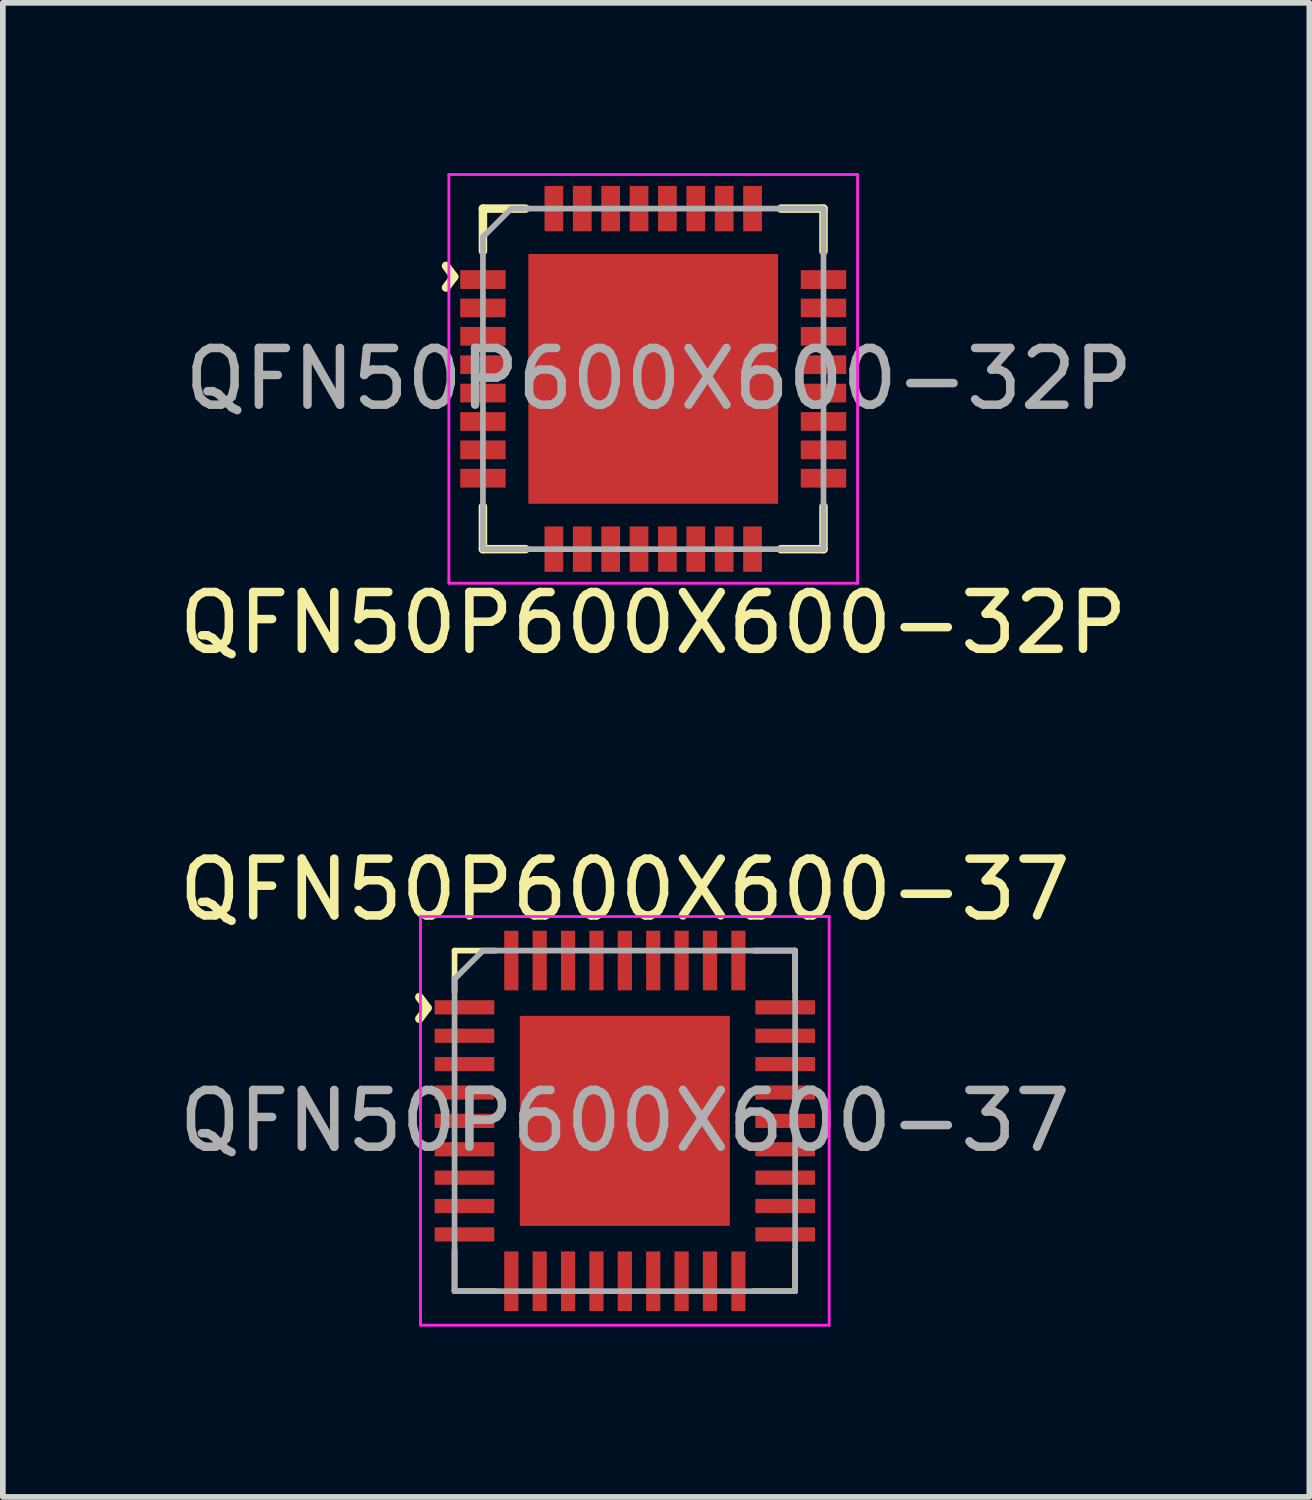
<source format=kicad_pcb>
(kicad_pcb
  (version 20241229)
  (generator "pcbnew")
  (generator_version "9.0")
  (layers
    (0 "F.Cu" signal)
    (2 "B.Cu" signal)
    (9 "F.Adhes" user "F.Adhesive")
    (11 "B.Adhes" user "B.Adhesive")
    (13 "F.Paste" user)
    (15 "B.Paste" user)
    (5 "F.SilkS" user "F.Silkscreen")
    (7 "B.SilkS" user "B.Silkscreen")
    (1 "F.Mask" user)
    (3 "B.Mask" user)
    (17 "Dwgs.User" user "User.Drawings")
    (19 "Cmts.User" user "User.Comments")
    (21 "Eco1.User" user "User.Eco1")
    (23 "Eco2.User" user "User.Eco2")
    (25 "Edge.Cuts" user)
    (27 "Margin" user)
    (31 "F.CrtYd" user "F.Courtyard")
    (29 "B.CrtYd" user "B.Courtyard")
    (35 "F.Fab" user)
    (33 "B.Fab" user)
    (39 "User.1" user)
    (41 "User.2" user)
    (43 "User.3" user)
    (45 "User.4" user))
  (footprint "QFN50P600X600-32P"
    (layer "F.Cu")
    (at 8.458 3.625)
    (property "Reference" "QFN50P600X600-32P" (at 0 4.3 0) (layer "F.SilkS") (effects (font (size 1 1) (thickness 0.15))))
    (attr smd)
    (fp_line (start -3 -3) (end -3 -2.25) (stroke (width 0.15) (type solid)) (layer "F.SilkS"))
    (fp_line (start -3 -3) (end -2.25 -3) (stroke (width 0.15) (type solid)) (layer "F.SilkS"))
    (fp_line (start -3 2.25) (end -3 3) (stroke (width 0.15) (type solid)) (layer "F.SilkS"))
    (fp_line (start -3 3) (end -2.25 3) (stroke (width 0.15) (type solid)) (layer "F.SilkS"))
    (fp_line (start 2.25 3) (end 3 3) (stroke (width 0.15) (type solid)) (layer "F.SilkS"))
    (fp_line (start 3 -3) (end 2.25 -3) (stroke (width 0.15) (type solid)) (layer "F.SilkS"))
    (fp_line (start 3 -2.25) (end 3 -3) (stroke (width 0.15) (type solid)) (layer "F.SilkS"))
    (fp_line (start 3 3) (end 3 2.25) (stroke (width 0.15) (type solid)) (layer "F.SilkS"))
    (fp_line (start -3.6 -3.6) (end -3.6 3.6) (stroke (width 0.05) (type solid)) (layer "F.CrtYd"))
    (fp_line (start -3.6 -3.6) (end 3.6 -3.6) (stroke (width 0.05) (type solid)) (layer "F.CrtYd"))
    (fp_line (start 3.6 -3.6) (end 3.6 3.6) (stroke (width 0.05) (type solid)) (layer "F.CrtYd"))
    (fp_line (start 3.6 3.6) (end -3.6 3.6) (stroke (width 0.05) (type solid)) (layer "F.CrtYd"))
    (fp_line (start -3 -2.5) (end -2.5 -3) (stroke (width 0.1) (type solid)) (layer "F.Fab"))
    (fp_line (start -3 3) (end -3 -2.5) (stroke (width 0.1) (type solid)) (layer "F.Fab"))
    (fp_line (start -2.5 -3) (end 3 -3) (stroke (width 0.1) (type solid)) (layer "F.Fab"))
    (fp_line (start 3 -3) (end 3 3) (stroke (width 0.1) (type solid)) (layer "F.Fab"))
    (fp_line (start 3 3) (end -3 3) (stroke (width 0.1) (type solid)) (layer "F.Fab"))
    (fp_text user "^" (at -4.1 -1.8 270) (unlocked yes) (layer "F.SilkS") (effects (font (size 1 1) (thickness 0.15))))
    (fp_text user "${REFERENCE}" (at 0.1 0 0) (unlocked yes) (layer "F.Fab") (effects (font (size 1 1) (thickness 0.15))))
    (pad "1" smd rect (at -3 -1.75) (size 0.8 0.33) (layers "F.Cu" "F.Mask" "F.Paste"))
    (pad "2" smd rect (at -3 -1.25) (size 0.8 0.33) (layers "F.Cu" "F.Mask" "F.Paste"))
    (pad "3" smd rect (at -3 -0.75) (size 0.8 0.33) (layers "F.Cu" "F.Mask" "F.Paste"))
    (pad "4" smd rect (at -3 -0.25) (size 0.8 0.33) (layers "F.Cu" "F.Mask" "F.Paste"))
    (pad "5" smd rect (at -3 0.25) (size 0.8 0.33) (layers "F.Cu" "F.Mask" "F.Paste"))
    (pad "6" smd rect (at -3 0.75) (size 0.8 0.33) (layers "F.Cu" "F.Mask" "F.Paste"))
    (pad "7" smd rect (at -3 1.25) (size 0.8 0.33) (layers "F.Cu" "F.Mask" "F.Paste"))
    (pad "8" smd rect (at -3 1.75) (size 0.8 0.33) (layers "F.Cu" "F.Mask" "F.Paste"))
    (pad "9" smd rect (at -1.75 3 270) (size 0.8 0.33) (layers "F.Cu" "F.Mask" "F.Paste"))
    (pad "10" smd rect (at -1.25 3 270) (size 0.8 0.33) (layers "F.Cu" "F.Mask" "F.Paste"))
    (pad "11" smd rect (at -0.75 3 270) (size 0.8 0.33) (layers "F.Cu" "F.Mask" "F.Paste"))
    (pad "12" smd rect (at -0.25 3 270) (size 0.8 0.33) (layers "F.Cu" "F.Mask" "F.Paste"))
    (pad "13" smd rect (at 0.25 3 270) (size 0.8 0.33) (layers "F.Cu" "F.Mask" "F.Paste"))
    (pad "14" smd rect (at 0.75 3 270) (size 0.8 0.33) (layers "F.Cu" "F.Mask" "F.Paste"))
    (pad "15" smd rect (at 1.25 3 270) (size 0.8 0.33) (layers "F.Cu" "F.Mask" "F.Paste"))
    (pad "16" smd rect (at 1.75 3 270) (size 0.8 0.33) (layers "F.Cu" "F.Mask" "F.Paste"))
    (pad "17" smd rect (at 3 1.75) (size 0.8 0.33) (layers "F.Cu" "F.Mask" "F.Paste"))
    (pad "18" smd rect (at 3 1.25) (size 0.8 0.33) (layers "F.Cu" "F.Mask" "F.Paste"))
    (pad "19" smd rect (at 3 0.75) (size 0.8 0.33) (layers "F.Cu" "F.Mask" "F.Paste"))
    (pad "20" smd rect (at 3 0.25) (size 0.8 0.33) (layers "F.Cu" "F.Mask" "F.Paste"))
    (pad "21" smd rect (at 3 -0.25) (size 0.8 0.33) (layers "F.Cu" "F.Mask" "F.Paste"))
    (pad "22" smd rect (at 3 -0.75) (size 0.8 0.33) (layers "F.Cu" "F.Mask" "F.Paste"))
    (pad "23" smd rect (at 3 -1.25) (size 0.8 0.33) (layers "F.Cu" "F.Mask" "F.Paste"))
    (pad "24" smd rect (at 3 -1.75) (size 0.8 0.33) (layers "F.Cu" "F.Mask" "F.Paste"))
    (pad "25" smd rect (at 1.75 -3 90) (size 0.8 0.33) (layers "F.Cu" "F.Mask" "F.Paste"))
    (pad "26" smd rect (at 1.25 -3 90) (size 0.8 0.33) (layers "F.Cu" "F.Mask" "F.Paste"))
    (pad "27" smd rect (at 0.75 -3 90) (size 0.8 0.33) (layers "F.Cu" "F.Mask" "F.Paste"))
    (pad "28" smd rect (at 0.25 -3 90) (size 0.8 0.33) (layers "F.Cu" "F.Mask" "F.Paste"))
    (pad "29" smd rect (at -0.25 -3 90) (size 0.8 0.33) (layers "F.Cu" "F.Mask" "F.Paste"))
    (pad "30" smd rect (at -0.75 -3 90) (size 0.8 0.33) (layers "F.Cu" "F.Mask" "F.Paste"))
    (pad "31" smd rect (at -1.25 -3 90) (size 0.8 0.33) (layers "F.Cu" "F.Mask" "F.Paste"))
    (pad "32" smd rect (at -1.75 -3 90) (size 0.8 0.33) (layers "F.Cu" "F.Mask" "F.Paste"))
    (pad "33" smd rect (at -1 -1 90) (size 1.4 1.4) (layers "F.Cu" "F.Mask" "F.Paste"))
    (pad "33" smd rect (at -1 1 90) (size 1.4 1.4) (layers "F.Cu" "F.Mask" "F.Paste"))
    (pad "33" smd rect (at 0 0 90) (size 4.4 4.4) (layers "F.Cu" "F.Mask"))
    (pad "33" smd rect (at 1 -1 90) (size 1.4 1.4) (layers "F.Cu" "F.Mask" "F.Paste"))
    (pad "33" smd rect (at 1 1 90) (size 1.4 1.4) (layers "F.Cu" "F.Mask" "F.Paste")))
  (footprint "QFN50P600X600-37"
    (layer "F.Cu")
    (at 7.958 16.697)
    (property "Reference" "QFN50P600X600-37" (at 0 -4.075 0) (layer "F.SilkS") (effects (font (size 1 1) (thickness 0.15))))
    (attr smd)
    (fp_line (start -3 -3) (end -2.275 -3) (stroke (width 0.1) (type solid)) (layer "F.SilkS"))
    (fp_line (start -3 -2.275) (end -3 -3) (stroke (width 0.1) (type solid)) (layer "F.SilkS"))
    (fp_line (start -3 3) (end -3 2.275) (stroke (width 0.1) (type solid)) (layer "F.SilkS"))
    (fp_line (start -2.275 3) (end -3 3) (stroke (width 0.1) (type solid)) (layer "F.SilkS"))
    (fp_line (start 2.275 -3) (end 3 -3) (stroke (width 0.1) (type solid)) (layer "F.SilkS"))
    (fp_line (start 3 -3) (end 3 -2.275) (stroke (width 0.1) (type solid)) (layer "F.SilkS"))
    (fp_line (start 3 2.275) (end 3 3) (stroke (width 0.1) (type solid)) (layer "F.SilkS"))
    (fp_line (start 3 3) (end 2.275 3) (stroke (width 0.1) (type solid)) (layer "F.SilkS"))
    (fp_line (start -3.6 -3.6) (end -3.6 3.6) (stroke (width 0.05) (type solid)) (layer "F.CrtYd"))
    (fp_line (start -3.6 3.6) (end 3.6 3.6) (stroke (width 0.05) (type solid)) (layer "F.CrtYd"))
    (fp_line (start 3.6 -3.6) (end -3.6 -3.6) (stroke (width 0.05) (type solid)) (layer "F.CrtYd"))
    (fp_line (start 3.6 3.6) (end 3.6 -3.6) (stroke (width 0.05) (type solid)) (layer "F.CrtYd"))
    (fp_line (start -3 -2.5) (end -2.5 -3) (stroke (width 0.1) (type solid)) (layer "F.Fab"))
    (fp_line (start -3 3) (end -3 -2.5) (stroke (width 0.1) (type solid)) (layer "F.Fab"))
    (fp_line (start -2.5 -3) (end 3 -3) (stroke (width 0.1) (type solid)) (layer "F.Fab"))
    (fp_line (start 3 -3) (end 3 3) (stroke (width 0.1) (type solid)) (layer "F.Fab"))
    (fp_line (start 3 3) (end -3 3) (stroke (width 0.1) (type solid)) (layer "F.Fab"))
    (fp_text user "^" (at -4.07 -1.99 270) (unlocked yes) (layer "F.SilkS") (effects (font (size 1 1) (thickness 0.15))))
    (fp_text user "${REFERENCE}" (at 0 0 0) (layer "F.Fab") (effects (font (size 1 1) (thickness 0.15))))
    (pad "" smd rect (at -1.23 -1.23) (size 0.99 0.99) (layers "F.Paste"))
    (pad "" smd rect (at -1.23 0) (size 0.99 0.99) (layers "F.Paste"))
    (pad "" smd rect (at -1.23 1.23) (size 0.99 0.99) (layers "F.Paste"))
    (pad "" smd rect (at 0 -1.23) (size 0.99 0.99) (layers "F.Paste"))
    (pad "" smd rect (at 0 0) (size 0.99 0.99) (layers "F.Paste"))
    (pad "" smd rect (at 0 1.23) (size 0.99 0.99) (layers "F.Paste"))
    (pad "" smd rect (at 1.23 -1.23) (size 0.99 0.99) (layers "F.Paste"))
    (pad "" smd rect (at 1.23 0) (size 0.99 0.99) (layers "F.Paste"))
    (pad "" smd rect (at 1.23 1.23) (size 0.99 0.99) (layers "F.Paste"))
    (pad "1" smd rect (at -2.825 -2) (size 1.05 0.25) (layers "F.Cu" "F.Mask" "F.Paste"))
    (pad "2" smd rect (at -2.825 -1.5) (size 1.05 0.25) (layers "F.Cu" "F.Mask" "F.Paste"))
    (pad "3" smd rect (at -2.825 -1) (size 1.05 0.25) (layers "F.Cu" "F.Mask" "F.Paste"))
    (pad "4" smd rect (at -2.825 -0.5) (size 1.05 0.25) (layers "F.Cu" "F.Mask" "F.Paste"))
    (pad "5" smd rect (at -2.825 0) (size 1.05 0.25) (layers "F.Cu" "F.Mask" "F.Paste"))
    (pad "6" smd rect (at -2.825 0.5) (size 1.05 0.25) (layers "F.Cu" "F.Mask" "F.Paste"))
    (pad "7" smd rect (at -2.825 1) (size 1.05 0.25) (layers "F.Cu" "F.Mask" "F.Paste"))
    (pad "8" smd rect (at -2.825 1.5) (size 1.05 0.25) (layers "F.Cu" "F.Mask" "F.Paste"))
    (pad "9" smd rect (at -2.825 2) (size 1.05 0.25) (layers "F.Cu" "F.Mask" "F.Paste"))
    (pad "10" smd rect (at -2 2.825) (size 0.25 1.05) (layers "F.Cu" "F.Mask" "F.Paste"))
    (pad "11" smd rect (at -1.5 2.825) (size 0.25 1.05) (layers "F.Cu" "F.Mask" "F.Paste"))
    (pad "12" smd rect (at -1 2.825) (size 0.25 1.05) (layers "F.Cu" "F.Mask" "F.Paste"))
    (pad "13" smd rect (at -0.5 2.825) (size 0.25 1.05) (layers "F.Cu" "F.Mask" "F.Paste"))
    (pad "14" smd rect (at 0 2.825) (size 0.25 1.05) (layers "F.Cu" "F.Mask" "F.Paste"))
    (pad "15" smd rect (at 0.5 2.825) (size 0.25 1.05) (layers "F.Cu" "F.Mask" "F.Paste"))
    (pad "16" smd rect (at 1 2.825) (size 0.25 1.05) (layers "F.Cu" "F.Mask" "F.Paste"))
    (pad "17" smd rect (at 1.5 2.825) (size 0.25 1.05) (layers "F.Cu" "F.Mask" "F.Paste"))
    (pad "18" smd rect (at 2 2.825) (size 0.25 1.05) (layers "F.Cu" "F.Mask" "F.Paste"))
    (pad "19" smd rect (at 2.825 2) (size 1.05 0.25) (layers "F.Cu" "F.Mask" "F.Paste"))
    (pad "20" smd rect (at 2.825 1.5) (size 1.05 0.25) (layers "F.Cu" "F.Mask" "F.Paste"))
    (pad "21" smd rect (at 2.825 1) (size 1.05 0.25) (layers "F.Cu" "F.Mask" "F.Paste"))
    (pad "22" smd rect (at 2.825 0.5) (size 1.05 0.25) (layers "F.Cu" "F.Mask" "F.Paste"))
    (pad "23" smd rect (at 2.825 0) (size 1.05 0.25) (layers "F.Cu" "F.Mask" "F.Paste"))
    (pad "24" smd rect (at 2.825 -0.5) (size 1.05 0.25) (layers "F.Cu" "F.Mask" "F.Paste"))
    (pad "25" smd rect (at 2.825 -1) (size 1.05 0.25) (layers "F.Cu" "F.Mask" "F.Paste"))
    (pad "26" smd rect (at 2.825 -1.5) (size 1.05 0.25) (layers "F.Cu" "F.Mask" "F.Paste"))
    (pad "27" smd rect (at 2.825 -2) (size 1.05 0.25) (layers "F.Cu" "F.Mask" "F.Paste"))
    (pad "28" smd rect (at 2 -2.825) (size 0.25 1.05) (layers "F.Cu" "F.Mask" "F.Paste"))
    (pad "29" smd rect (at 1.5 -2.825) (size 0.25 1.05) (layers "F.Cu" "F.Mask" "F.Paste"))
    (pad "30" smd rect (at 1 -2.825) (size 0.25 1.05) (layers "F.Cu" "F.Mask" "F.Paste"))
    (pad "31" smd rect (at 0.5 -2.825) (size 0.25 1.05) (layers "F.Cu" "F.Mask" "F.Paste"))
    (pad "32" smd rect (at 0 -2.825) (size 0.25 1.05) (layers "F.Cu" "F.Mask" "F.Paste"))
    (pad "33" smd rect (at -0.5 -2.825) (size 0.25 1.05) (layers "F.Cu" "F.Mask" "F.Paste"))
    (pad "34" smd rect (at -1 -2.825) (size 0.25 1.05) (layers "F.Cu" "F.Mask" "F.Paste"))
    (pad "35" smd rect (at -1.5 -2.825) (size 0.25 1.05) (layers "F.Cu" "F.Mask" "F.Paste"))
    (pad "36" smd rect (at -2 -2.825) (size 0.25 1.05) (layers "F.Cu" "F.Mask" "F.Paste"))
    (pad "37" smd rect (at 0 0) (size 3.7 3.7) (layers "F.Cu" "F.Mask")))
  (gr_rect
    (start -3 -3)
    (end 20.017 23.322)
    (stroke (width 0.1) (type default))
    (fill no)
    (layer "Edge.Cuts")))
</source>
